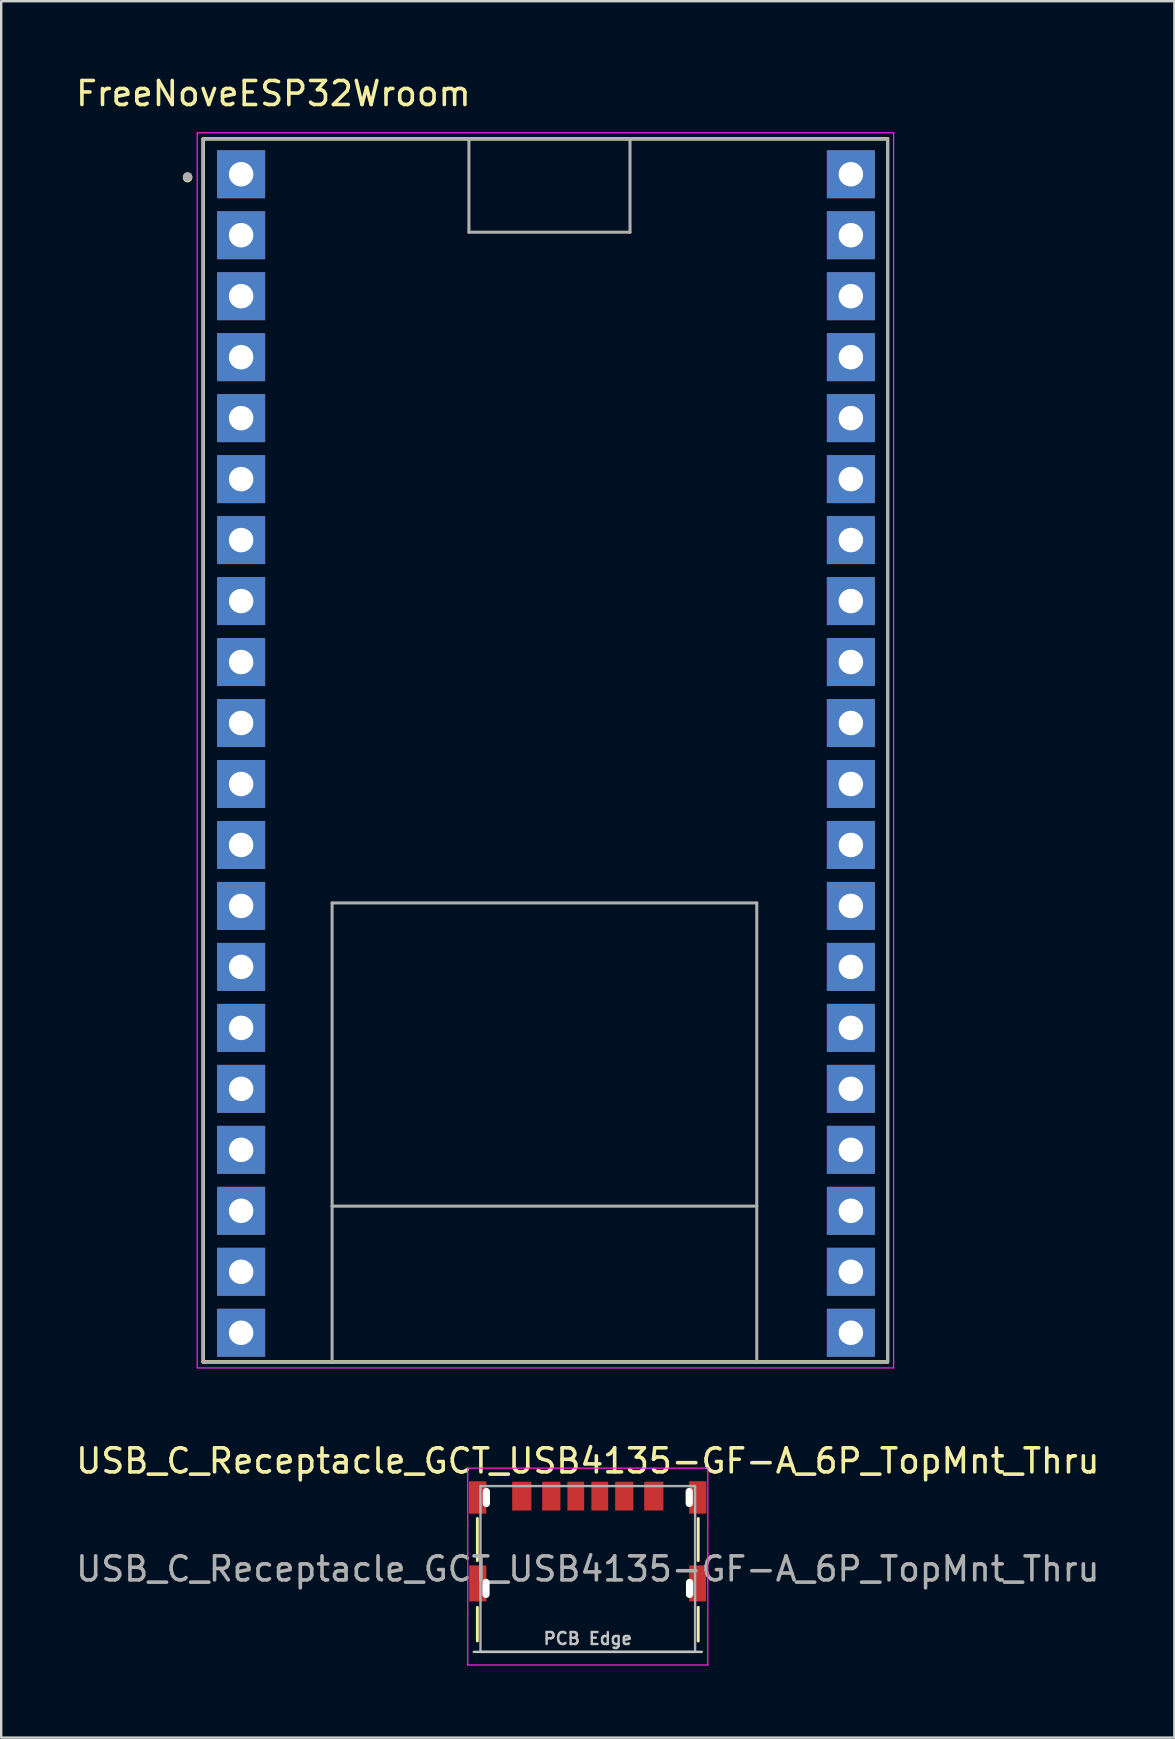
<source format=kicad_pcb>
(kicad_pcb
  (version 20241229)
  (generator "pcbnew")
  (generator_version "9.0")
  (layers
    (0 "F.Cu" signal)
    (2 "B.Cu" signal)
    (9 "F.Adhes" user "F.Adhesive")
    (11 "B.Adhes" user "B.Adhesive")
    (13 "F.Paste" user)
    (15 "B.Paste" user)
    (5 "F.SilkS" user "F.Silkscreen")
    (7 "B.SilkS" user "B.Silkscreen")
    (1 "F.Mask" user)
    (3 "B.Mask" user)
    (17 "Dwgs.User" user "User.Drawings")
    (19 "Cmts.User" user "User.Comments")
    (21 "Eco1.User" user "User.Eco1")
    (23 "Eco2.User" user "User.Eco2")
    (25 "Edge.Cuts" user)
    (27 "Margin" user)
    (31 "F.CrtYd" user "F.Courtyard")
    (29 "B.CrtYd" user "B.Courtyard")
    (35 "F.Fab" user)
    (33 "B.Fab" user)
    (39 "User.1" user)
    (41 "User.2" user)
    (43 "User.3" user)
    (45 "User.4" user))
  (footprint "USB_C_Receptacle_GCT_USB4135-GF-A_6P_TopMnt_Thru"
    (layer "F.Cu")
    (at 21.435 62.306)
    (property "Reference" "USB_C_Receptacle_GCT_USB4135-GF-A_6P_TopMnt_Thru" (at 0 -4.5 0) (unlocked yes) (layer "F.SilkS") (effects (font (size 1 1) (thickness 0.15))))
    (attr smd)
    (fp_line (start -4.6 -2.103) (end -4.6 -0.347) (stroke (width 0.12) (type solid)) (layer "F.SilkS"))
    (fp_line (start -4.6 1.6) (end -4.6 3) (stroke (width 0.12) (type solid)) (layer "F.SilkS"))
    (fp_line (start 4.6 -2.103) (end 4.6 -0.347) (stroke (width 0.12) (type solid)) (layer "F.SilkS"))
    (fp_line (start 4.6 1.6) (end 4.6 3) (stroke (width 0.12) (type solid)) (layer "F.SilkS"))
    (fp_line (start -4.75 3.453) (end 4.75 3.453) (stroke (width 0.1) (type solid)) (layer "Dwgs.User"))
    (fp_line (start -5 -4.2) (end -5 -1.8) (stroke (width 0.05) (type solid)) (layer "F.CrtYd"))
    (fp_line (start -5 -1.8) (end -5 -0.65) (stroke (width 0.05) (type solid)) (layer "F.CrtYd"))
    (fp_line (start -5 -0.655) (end -5 1.895) (stroke (width 0.05) (type solid)) (layer "F.CrtYd"))
    (fp_line (start -5 1.9) (end -5 4) (stroke (width 0.05) (type solid)) (layer "F.CrtYd"))
    (fp_line (start -5 4) (end 5 4) (stroke (width 0.05) (type solid)) (layer "F.CrtYd"))
    (fp_line (start 4.99 -4.2) (end -5.01 -4.2) (stroke (width 0.05) (type solid)) (layer "F.CrtYd"))
    (fp_line (start 5 -4.2) (end 5 -1.8) (stroke (width 0.05) (type solid)) (layer "F.CrtYd"))
    (fp_line (start 5 -1.8) (end 5 -0.65) (stroke (width 0.05) (type solid)) (layer "F.CrtYd"))
    (fp_line (start 5 -0.675) (end 5 1.875) (stroke (width 0.05) (type solid)) (layer "F.CrtYd"))
    (fp_line (start 5 1.9) (end 5 4) (stroke (width 0.05) (type solid)) (layer "F.CrtYd"))
    (fp_rect (start -4.47 -3.453) (end 4.47 3.453) (stroke (width 0.1) (type solid)) (fill no) (layer "F.Fab"))
    (fp_text user "PCB Edge" (at 0 2.9 0) (unlocked yes) (layer "Dwgs.User") (effects (font (size 0.5 0.5) (thickness 0.1))))
    (fp_text user "${REFERENCE}" (at 0 0 0) (unlocked yes) (layer "F.Fab") (effects (font (size 1 1) (thickness 0.15))))
    (pad "" np_thru_hole oval (at -4.24 0.81 90) (size 0.8 0.3) (drill oval 0.8 0.3) (layers "*.Cu" "*.Mask"))
    (pad "" np_thru_hole oval (at -4.225 -2.978 90) (size 0.8 0.3) (drill oval 0.8 0.3) (layers "*.Cu" "*.Mask"))
    (pad "" np_thru_hole oval (at 4.225 -2.978 90) (size 0.8 0.3) (drill oval 0.8 0.3) (layers "*.Cu" "*.Mask"))
    (pad "" np_thru_hole oval (at 4.24 0.81 90) (size 0.8 0.3) (drill oval 0.8 0.3) (layers "*.Cu" "*.Mask"))
    (pad "A5" smd rect (at -0.5 -3.033) (size 0.7 1.2) (layers "F.Cu" "F.Mask" "F.Paste"))
    (pad "A9" smd rect (at 1.52 -3.033 180) (size 0.76 1.2) (layers "F.Cu" "F.Mask" "F.Paste"))
    (pad "A12" smd rect (at 2.75 -3.033 180) (size 0.8 1.2) (layers "F.Cu" "F.Mask" "F.Paste"))
    (pad "B5" smd rect (at 0.5 -3.033 180) (size 0.7 1.2) (layers "F.Cu" "F.Mask" "F.Paste"))
    (pad "B9" smd rect (at -1.52 -3.033) (size 0.76 1.2) (layers "F.Cu" "F.Mask" "F.Paste"))
    (pad "B12" smd rect (at -2.75 -3.033) (size 0.8 1.2) (layers "F.Cu" "F.Mask" "F.Paste"))
    (pad "S1" smd rect (at -4.588 -2.978) (size 0.725 1.35) (layers "F.Cu" "F.Mask" "F.Paste"))
    (pad "S1" smd rect (at -4.582 0.603) (size 0.715 1.5) (layers "F.Cu" "F.Mask" "F.Paste"))
    (pad "S1" smd rect (at 4.577 0.603) (size 0.705 1.5) (layers "F.Cu" "F.Mask" "F.Paste"))
    (pad "S1" smd rect (at 4.582 -2.978) (size 0.715 1.35) (layers "F.Cu" "F.Mask" "F.Paste")))
  (footprint "FreeNoveESP32Wroom"
    (layer "F.Cu")
    (at 19.694 28.208)
    (property "Reference" "FreeNoveESP32Wroom" (at -11.355 -27.36 0) (layer "F.SilkS") (effects (font (size 1 1) (thickness 0.15))))
    (attr through_hole)
    (fp_line (start -14.28 -25.475) (end -3.211 -25.475) (stroke (width 0.127) (type solid)) (layer "F.SilkS"))
    (fp_line (start -14.28 -25.475) (end 14.23 -25.475) (stroke (width 0.127) (type solid)) (layer "F.SilkS"))
    (fp_line (start -14.28 25.475) (end -14.28 -25.475) (stroke (width 0.127) (type solid)) (layer "F.SilkS"))
    (fp_line (start -14.28 25.475) (end -14.28 -25.475) (stroke (width 0.127) (type solid)) (layer "F.SilkS"))
    (fp_line (start -14.28 25.475) (end -8.91 25.475) (stroke (width 0.127) (type solid)) (layer "F.SilkS"))
    (fp_line (start -8.91 25.475) (end 8.78 25.475) (stroke (width 0.127) (type solid)) (layer "F.SilkS"))
    (fp_line (start -3.211 -25.475) (end 3.5 -25.475) (stroke (width 0.127) (type solid)) (layer "F.SilkS"))
    (fp_line (start 3.5 -25.475) (end 14.23 -25.475) (stroke (width 0.127) (type solid)) (layer "F.SilkS"))
    (fp_line (start 8.78 25.475) (end 14.23 25.475) (stroke (width 0.127) (type solid)) (layer "F.SilkS"))
    (fp_line (start 14.23 -25.475) (end 14.23 25.475) (stroke (width 0.127) (type solid)) (layer "F.SilkS"))
    (fp_line (start 14.23 -25.475) (end 14.23 25.475) (stroke (width 0.127) (type solid)) (layer "F.SilkS"))
    (fp_line (start 14.23 25.475) (end -14.28 25.475) (stroke (width 0.127) (type solid)) (layer "F.SilkS"))
    (fp_circle (center -14.93 -23.86) (end -14.83 -23.86) (stroke (width 0.2) (type solid)) (fill no) (layer "F.SilkS"))
    (fp_line (start -14.53 -25.725) (end -14.53 25.725) (stroke (width 0.05) (type solid)) (layer "F.CrtYd"))
    (fp_line (start -14.53 25.725) (end 14.48 25.725) (stroke (width 0.05) (type solid)) (layer "F.CrtYd"))
    (fp_line (start 14.48 -25.725) (end -14.53 -25.725) (stroke (width 0.05) (type solid)) (layer "F.CrtYd"))
    (fp_line (start 14.48 25.725) (end 14.48 -25.725) (stroke (width 0.05) (type solid)) (layer "F.CrtYd"))
    (fp_line (start -14.28 -25.475) (end -3.211 -25.475) (stroke (width 0.127) (type solid)) (layer "F.Fab"))
    (fp_line (start -14.28 25.475) (end -14.28 -25.475) (stroke (width 0.127) (type solid)) (layer "F.Fab"))
    (fp_line (start -14.28 25.475) (end -8.91 25.475) (stroke (width 0.127) (type solid)) (layer "F.Fab"))
    (fp_line (start -8.91 6.355) (end 8.78 6.355) (stroke (width 0.127) (type solid)) (layer "F.Fab"))
    (fp_line (start -8.91 18.985) (end -8.91 6.355) (stroke (width 0.127) (type solid)) (layer "F.Fab"))
    (fp_line (start -8.91 18.985) (end 8.78 18.985) (stroke (width 0.127) (type solid)) (layer "F.Fab"))
    (fp_line (start -8.91 25.475) (end -8.91 18.985) (stroke (width 0.127) (type solid)) (layer "F.Fab"))
    (fp_line (start -8.91 25.475) (end 8.78 25.475) (stroke (width 0.127) (type solid)) (layer "F.Fab"))
    (fp_line (start -3.211 -25.475) (end 3.5 -25.475) (stroke (width 0.127) (type solid)) (layer "F.Fab"))
    (fp_line (start -3.211 -21.585) (end -3.211 -25.475) (stroke (width 0.127) (type solid)) (layer "F.Fab"))
    (fp_line (start 3.5 -25.475) (end 3.5 -21.585) (stroke (width 0.127) (type solid)) (layer "F.Fab"))
    (fp_line (start 3.5 -25.475) (end 14.23 -25.475) (stroke (width 0.127) (type solid)) (layer "F.Fab"))
    (fp_line (start 3.5 -21.585) (end -3.211 -21.585) (stroke (width 0.127) (type solid)) (layer "F.Fab"))
    (fp_line (start 8.78 6.355) (end 8.78 18.985) (stroke (width 0.127) (type solid)) (layer "F.Fab"))
    (fp_line (start 8.78 18.985) (end 8.78 25.475) (stroke (width 0.127) (type solid)) (layer "F.Fab"))
    (fp_line (start 8.78 25.475) (end 14.23 25.475) (stroke (width 0.127) (type solid)) (layer "F.Fab"))
    (fp_line (start 14.23 -25.475) (end 14.23 25.475) (stroke (width 0.127) (type solid)) (layer "F.Fab"))
    (fp_circle (center -14.93 -23.89) (end -14.83 -23.89) (stroke (width 0.2) (type solid)) (fill no) (layer "F.Fab"))
    (pad "1" thru_hole rect (at -12.7 -24) (size 2 2) (drill 1.02) (layers "*.Cu" "*.Mask"))
    (pad "2" thru_hole rect (at -12.7 -21.46) (size 2 2) (drill 1.02) (layers "*.Cu" "*.Mask"))
    (pad "3" thru_hole rect (at -12.7 -18.92) (size 2 2) (drill 1.02) (layers "*.Cu" "*.Mask"))
    (pad "4" thru_hole rect (at -12.7 -16.38) (size 2 2) (drill 1.02) (layers "*.Cu" "*.Mask"))
    (pad "5" thru_hole rect (at -12.7 -13.84) (size 2 2) (drill 1.02) (layers "*.Cu" "*.Mask"))
    (pad "6" thru_hole rect (at -12.7 -11.3) (size 2 2) (drill 1.02) (layers "*.Cu" "*.Mask"))
    (pad "7" thru_hole rect (at -12.7 -8.76) (size 2 2) (drill 1.02) (layers "*.Cu" "*.Mask"))
    (pad "8" thru_hole rect (at -12.7 -6.22) (size 2 2) (drill 1.02) (layers "*.Cu" "*.Mask"))
    (pad "9" thru_hole rect (at -12.7 -3.68) (size 2 2) (drill 1.02) (layers "*.Cu" "*.Mask"))
    (pad "10" thru_hole rect (at -12.7 -1.14) (size 2 2) (drill 1.02) (layers "*.Cu" "*.Mask"))
    (pad "11" thru_hole rect (at -12.7 1.4) (size 2 2) (drill 1.02) (layers "*.Cu" "*.Mask"))
    (pad "12" thru_hole rect (at -12.7 3.94) (size 2 2) (drill 1.02) (layers "*.Cu" "*.Mask"))
    (pad "13" thru_hole rect (at -12.7 6.48) (size 2 2) (drill 1.02) (layers "*.Cu" "*.Mask"))
    (pad "14" thru_hole rect (at -12.7 9.02) (size 2 2) (drill 1.02) (layers "*.Cu" "*.Mask"))
    (pad "15" thru_hole rect (at -12.7 11.56) (size 2 2) (drill 1.02) (layers "*.Cu" "*.Mask"))
    (pad "16" thru_hole rect (at -12.7 14.1) (size 2 2) (drill 1.02) (layers "*.Cu" "*.Mask"))
    (pad "17" thru_hole rect (at -12.7 16.64) (size 2 2) (drill 1.02) (layers "*.Cu" "*.Mask"))
    (pad "18" thru_hole rect (at -12.7 19.18) (size 2 2) (drill 1.02) (layers "*.Cu" "*.Mask"))
    (pad "19" thru_hole rect (at -12.7 21.72) (size 2 2) (drill 1.02) (layers "*.Cu" "*.Mask"))
    (pad "20" thru_hole rect (at -12.7 24.26) (size 2 2) (drill 1.02) (layers "*.Cu" "*.Mask"))
    (pad "21" thru_hole rect (at 12.7 24.26) (size 2 2) (drill 1.02) (layers "*.Cu" "*.Mask"))
    (pad "22" thru_hole rect (at 12.7 21.72) (size 2 2) (drill 1.02) (layers "*.Cu" "*.Mask"))
    (pad "23" thru_hole rect (at 12.7 19.18) (size 2 2) (drill 1.02) (layers "*.Cu" "*.Mask"))
    (pad "24" thru_hole rect (at 12.7 16.64) (size 2 2) (drill 1.02) (layers "*.Cu" "*.Mask"))
    (pad "25" thru_hole rect (at 12.7 14.1) (size 2 2) (drill 1.02) (layers "*.Cu" "*.Mask"))
    (pad "26" thru_hole rect (at 12.7 11.56) (size 2 2) (drill 1.02) (layers "*.Cu" "*.Mask"))
    (pad "27" thru_hole rect (at 12.7 9.02) (size 2 2) (drill 1.02) (layers "*.Cu" "*.Mask"))
    (pad "28" thru_hole rect (at 12.7 6.48) (size 2 2) (drill 1.02) (layers "*.Cu" "*.Mask"))
    (pad "29" thru_hole rect (at 12.7 3.94) (size 2 2) (drill 1.02) (layers "*.Cu" "*.Mask"))
    (pad "30" thru_hole rect (at 12.7 1.4) (size 2 2) (drill 1.02) (layers "*.Cu" "*.Mask"))
    (pad "31" thru_hole rect (at 12.7 -1.14) (size 2 2) (drill 1.02) (layers "*.Cu" "*.Mask"))
    (pad "32" thru_hole rect (at 12.7 -3.68) (size 2 2) (drill 1.02) (layers "*.Cu" "*.Mask"))
    (pad "33" thru_hole rect (at 12.7 -6.22) (size 2 2) (drill 1.02) (layers "*.Cu" "*.Mask"))
    (pad "34" thru_hole rect (at 12.7 -8.76) (size 2 2) (drill 1.02) (layers "*.Cu" "*.Mask"))
    (pad "35" thru_hole rect (at 12.7 -11.3) (size 2 2) (drill 1.02) (layers "*.Cu" "*.Mask"))
    (pad "36" thru_hole rect (at 12.7 -13.84) (size 2 2) (drill 1.02) (layers "*.Cu" "*.Mask"))
    (pad "37" thru_hole rect (at 12.7 -16.38) (size 2 2) (drill 1.02) (layers "*.Cu" "*.Mask"))
    (pad "38" thru_hole rect (at 12.7 -18.92) (size 2 2) (drill 1.02) (layers "*.Cu" "*.Mask"))
    (pad "39" thru_hole rect (at 12.7 -21.46) (size 2 2) (drill 1.02) (layers "*.Cu" "*.Mask"))
    (pad "40" thru_hole rect (at 12.7 -24) (size 2 2) (drill 1.02) (layers "*.Cu" "*.Mask"))
    (zone (net_name "") (layer "F.Cu") (hatch full 0.508) (connect_pads) (min_thickness 0.01) (filled_areas_thickness no) (keepout (tracks not_allowed) (vias not_allowed) (pads not_allowed) (copperpour not_allowed) (footprints allowed)) (placement (enabled no)) (fill) (polygon (pts (xy 10.784 47.193) (xy 28.474 47.193) (xy 28.474 53.683) (xy 10.784 53.683))))
    (zone (net_name "") (layers "F.Cu" "B.Cu") (hatch full 0.508) (connect_pads) (min_thickness 0.01) (filled_areas_thickness no) (keepout (tracks allowed) (vias not_allowed) (pads allowed) (copperpour allowed) (footprints allowed)) (placement (enabled no)) (fill) (polygon (pts (xy 10.784 47.193) (xy 28.474 47.193) (xy 28.474 53.683) (xy 10.784 53.683))))
    (zone (net_name "") (layer "B.Cu") (hatch full 0.508) (connect_pads) (min_thickness 0.01) (filled_areas_thickness no) (keepout (tracks not_allowed) (vias not_allowed) (pads not_allowed) (copperpour not_allowed) (footprints allowed)) (placement (enabled no)) (fill) (polygon (pts (xy 10.784 47.193) (xy 28.474 47.193) (xy 28.474 53.683) (xy 10.784 53.683)))))
  (gr_rect
    (start -3 -3)
    (end 45.869 69.332)
    (stroke (width 0.1) (type default))
    (fill no)
    (layer "Edge.Cuts")))
</source>
